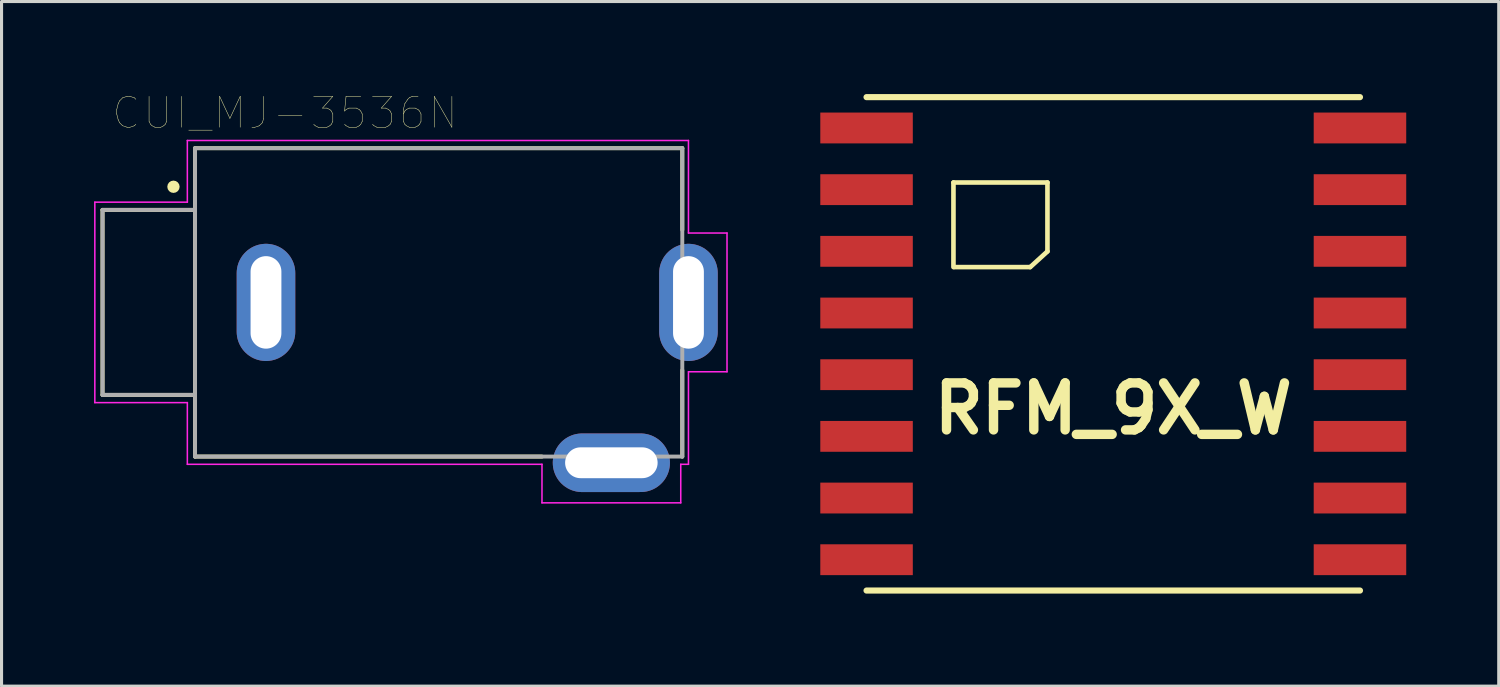
<source format=kicad_pcb>
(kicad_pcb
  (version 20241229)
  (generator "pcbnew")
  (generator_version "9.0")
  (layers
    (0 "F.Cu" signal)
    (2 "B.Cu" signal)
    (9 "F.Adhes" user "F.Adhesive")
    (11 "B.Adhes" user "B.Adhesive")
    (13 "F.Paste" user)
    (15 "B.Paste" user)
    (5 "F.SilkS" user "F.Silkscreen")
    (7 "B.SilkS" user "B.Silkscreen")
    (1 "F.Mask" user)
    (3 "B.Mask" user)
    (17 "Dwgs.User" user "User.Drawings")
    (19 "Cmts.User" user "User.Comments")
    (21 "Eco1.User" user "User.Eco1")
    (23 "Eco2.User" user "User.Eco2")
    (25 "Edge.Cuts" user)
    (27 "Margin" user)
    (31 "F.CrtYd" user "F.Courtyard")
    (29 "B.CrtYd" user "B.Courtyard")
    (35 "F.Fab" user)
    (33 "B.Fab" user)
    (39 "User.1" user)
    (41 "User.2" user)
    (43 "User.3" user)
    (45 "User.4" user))
  (footprint "RFM_9X_W"
    (layer "F.Cu")
    (at 33.05 8.1)
    (property "Reference" "RFM_9X_W" (at 0 2.101 0) (layer "F.SilkS") (effects (font (size 1.524 1.524) (thickness 0.305))))
    (attr through_hole)
    (fp_line (start -8 -8) (end 8 -8) (stroke (width 0.2) (type solid)) (layer "F.SilkS"))
    (fp_line (start -5.182 -5.232) (end -5.182 -2.489) (stroke (width 0.15) (type solid)) (layer "F.SilkS"))
    (fp_line (start -5.152 -2.489) (end -2.7 -2.489) (stroke (width 0.15) (type solid)) (layer "F.SilkS"))
    (fp_line (start -2.692 -2.489) (end -2.134 -2.997) (stroke (width 0.15) (type solid)) (layer "F.SilkS"))
    (fp_line (start -2.134 -5.232) (end -5.182 -5.232) (stroke (width 0.15) (type solid)) (layer "F.SilkS"))
    (fp_line (start -2.134 -3) (end -2.134 -5.232) (stroke (width 0.15) (type solid)) (layer "F.SilkS"))
    (fp_line (start 8 8) (end -8 8) (stroke (width 0.2) (type solid)) (layer "F.SilkS"))
    (pad "1" smd rect (at -8 -7 180) (size 3 1) (layers "F.Cu" "F.Mask" "F.Paste"))
    (pad "2" smd rect (at -8 -5 180) (size 3 1) (layers "F.Cu" "F.Mask" "F.Paste"))
    (pad "3" smd rect (at -8 -3 180) (size 3 1) (layers "F.Cu" "F.Mask" "F.Paste"))
    (pad "4" smd rect (at -8 -1 180) (size 3 1) (layers "F.Cu" "F.Mask" "F.Paste"))
    (pad "5" smd rect (at -8 1 180) (size 3 1) (layers "F.Cu" "F.Mask" "F.Paste"))
    (pad "6" smd rect (at -8 3 180) (size 3 1) (layers "F.Cu" "F.Mask" "F.Paste"))
    (pad "7" smd rect (at -8 5 180) (size 3 1) (layers "F.Cu" "F.Mask" "F.Paste"))
    (pad "8" smd rect (at -8 7 180) (size 3 1) (layers "F.Cu" "F.Mask" "F.Paste"))
    (pad "9" smd rect (at 8 7 180) (size 3 1) (layers "F.Cu" "F.Mask" "F.Paste"))
    (pad "10" smd rect (at 8 5 180) (size 3 1) (layers "F.Cu" "F.Mask" "F.Paste"))
    (pad "11" smd rect (at 8 3 180) (size 3 1) (layers "F.Cu" "F.Mask" "F.Paste"))
    (pad "12" smd rect (at 8 1 180) (size 3 1) (layers "F.Cu" "F.Mask" "F.Paste"))
    (pad "13" smd rect (at 8 -1 180) (size 3 1) (layers "F.Cu" "F.Mask" "F.Paste"))
    (pad "14" smd rect (at 8 -3 180) (size 3 1) (layers "F.Cu" "F.Mask" "F.Paste"))
    (pad "15" smd rect (at 8 -5 180) (size 3 1) (layers "F.Cu" "F.Mask" "F.Paste"))
    (pad "16" smd rect (at 8 -7 180) (size 3 1) (layers "F.Cu" "F.Mask" "F.Paste")))
  (footprint "CUI_MJ-3536N"
    (layer "F.Cu")
    (at 11.175 6.756)
    (property "Reference" "CUI_MJ-3536N" (at -4.982 -6.143 0) (layer "F.SilkS") (effects (font (size 1.001 1.001) (thickness 0.015))))
    (attr through_hole)
    (fp_line (start -10.9 -3) (end -10.9 3) (stroke (width 0.127) (type solid)) (layer "F.SilkS"))
    (fp_line (start -10.9 3) (end -7.9 3) (stroke (width 0.127) (type solid)) (layer "F.SilkS"))
    (fp_line (start -7.9 -5) (end -7.9 -3) (stroke (width 0.127) (type solid)) (layer "F.SilkS"))
    (fp_line (start -7.9 -5) (end 7.9 -5) (stroke (width 0.127) (type solid)) (layer "F.SilkS"))
    (fp_line (start -7.9 -3) (end -10.9 -3) (stroke (width 0.127) (type solid)) (layer "F.SilkS"))
    (fp_line (start -7.9 -3) (end -7.9 3) (stroke (width 0.127) (type solid)) (layer "F.SilkS"))
    (fp_line (start -7.9 3) (end -7.9 5) (stroke (width 0.127) (type solid)) (layer "F.SilkS"))
    (fp_line (start -7.9 5) (end 3.35 5) (stroke (width 0.127) (type solid)) (layer "F.SilkS"))
    (fp_line (start 7.9 -5) (end 7.9 -2.35) (stroke (width 0.127) (type solid)) (layer "F.SilkS"))
    (fp_line (start 7.9 5) (end 7.9 2.2) (stroke (width 0.127) (type solid)) (layer "F.SilkS"))
    (fp_circle (center -8.6 -3.75) (end -8.5 -3.75) (stroke (width 0.2) (type solid)) (fill no) (layer "F.SilkS"))
    (fp_line (start -11.15 -3.25) (end -8.15 -3.25) (stroke (width 0.05) (type solid)) (layer "F.CrtYd"))
    (fp_line (start -11.15 3.25) (end -11.15 -3.25) (stroke (width 0.05) (type solid)) (layer "F.CrtYd"))
    (fp_line (start -8.15 -5.25) (end 8.1 -5.25) (stroke (width 0.05) (type solid)) (layer "F.CrtYd"))
    (fp_line (start -8.15 -3.25) (end -8.15 -5.25) (stroke (width 0.05) (type solid)) (layer "F.CrtYd"))
    (fp_line (start -8.15 3.25) (end -11.15 3.25) (stroke (width 0.05) (type solid)) (layer "F.CrtYd"))
    (fp_line (start -8.15 5.25) (end -8.15 3.25) (stroke (width 0.05) (type solid)) (layer "F.CrtYd"))
    (fp_line (start 3.35 5.25) (end -8.15 5.25) (stroke (width 0.05) (type solid)) (layer "F.CrtYd"))
    (fp_line (start 3.35 6.5) (end 3.35 5.25) (stroke (width 0.05) (type solid)) (layer "F.CrtYd"))
    (fp_line (start 7.85 5.25) (end 7.85 6.5) (stroke (width 0.05) (type solid)) (layer "F.CrtYd"))
    (fp_line (start 7.85 6.5) (end 3.35 6.5) (stroke (width 0.05) (type solid)) (layer "F.CrtYd"))
    (fp_line (start 8.1 -5.25) (end 8.1 -2.25) (stroke (width 0.05) (type solid)) (layer "F.CrtYd"))
    (fp_line (start 8.1 -2.25) (end 9.35 -2.25) (stroke (width 0.05) (type solid)) (layer "F.CrtYd"))
    (fp_line (start 8.1 2.25) (end 8.1 5.25) (stroke (width 0.05) (type solid)) (layer "F.CrtYd"))
    (fp_line (start 8.1 5.25) (end 7.85 5.25) (stroke (width 0.05) (type solid)) (layer "F.CrtYd"))
    (fp_line (start 9.35 -2.25) (end 9.35 2.25) (stroke (width 0.05) (type solid)) (layer "F.CrtYd"))
    (fp_line (start 9.35 2.25) (end 8.1 2.25) (stroke (width 0.05) (type solid)) (layer "F.CrtYd"))
    (fp_line (start -10.9 -3) (end -10.9 3) (stroke (width 0.127) (type solid)) (layer "F.Fab"))
    (fp_line (start -10.9 3) (end -7.9 3) (stroke (width 0.127) (type solid)) (layer "F.Fab"))
    (fp_line (start -7.9 -5) (end 7.9 -5) (stroke (width 0.127) (type solid)) (layer "F.Fab"))
    (fp_line (start -7.9 -3) (end -10.9 -3) (stroke (width 0.127) (type solid)) (layer "F.Fab"))
    (fp_line (start -7.9 -3) (end -7.9 -5) (stroke (width 0.127) (type solid)) (layer "F.Fab"))
    (fp_line (start -7.9 3) (end -7.9 -3) (stroke (width 0.127) (type solid)) (layer "F.Fab"))
    (fp_line (start -7.9 5) (end -7.9 3) (stroke (width 0.127) (type solid)) (layer "F.Fab"))
    (fp_line (start 7.9 -5) (end 7.9 5) (stroke (width 0.127) (type solid)) (layer "F.Fab"))
    (fp_line (start 7.9 5) (end -7.9 5) (stroke (width 0.127) (type solid)) (layer "F.Fab"))
    (pad "1" thru_hole oval (at -5.6 0) (size 1.9 3.8) (drill oval 1 3) (layers "*.Cu" "*.Mask"))
    (pad "2" thru_hole oval (at 8.1 0) (size 1.9 3.8) (drill oval 1 3) (layers "*.Cu" "*.Mask"))
    (pad "3" thru_hole oval (at 5.6 5.2) (size 3.8 1.9) (drill oval 3 1) (layers "*.Cu" "*.Mask")))
  (gr_rect
    (start -3 -3)
    (end 45.55 19.2)
    (stroke (width 0.1) (type default))
    (fill no)
    (layer "Edge.Cuts")))
</source>
